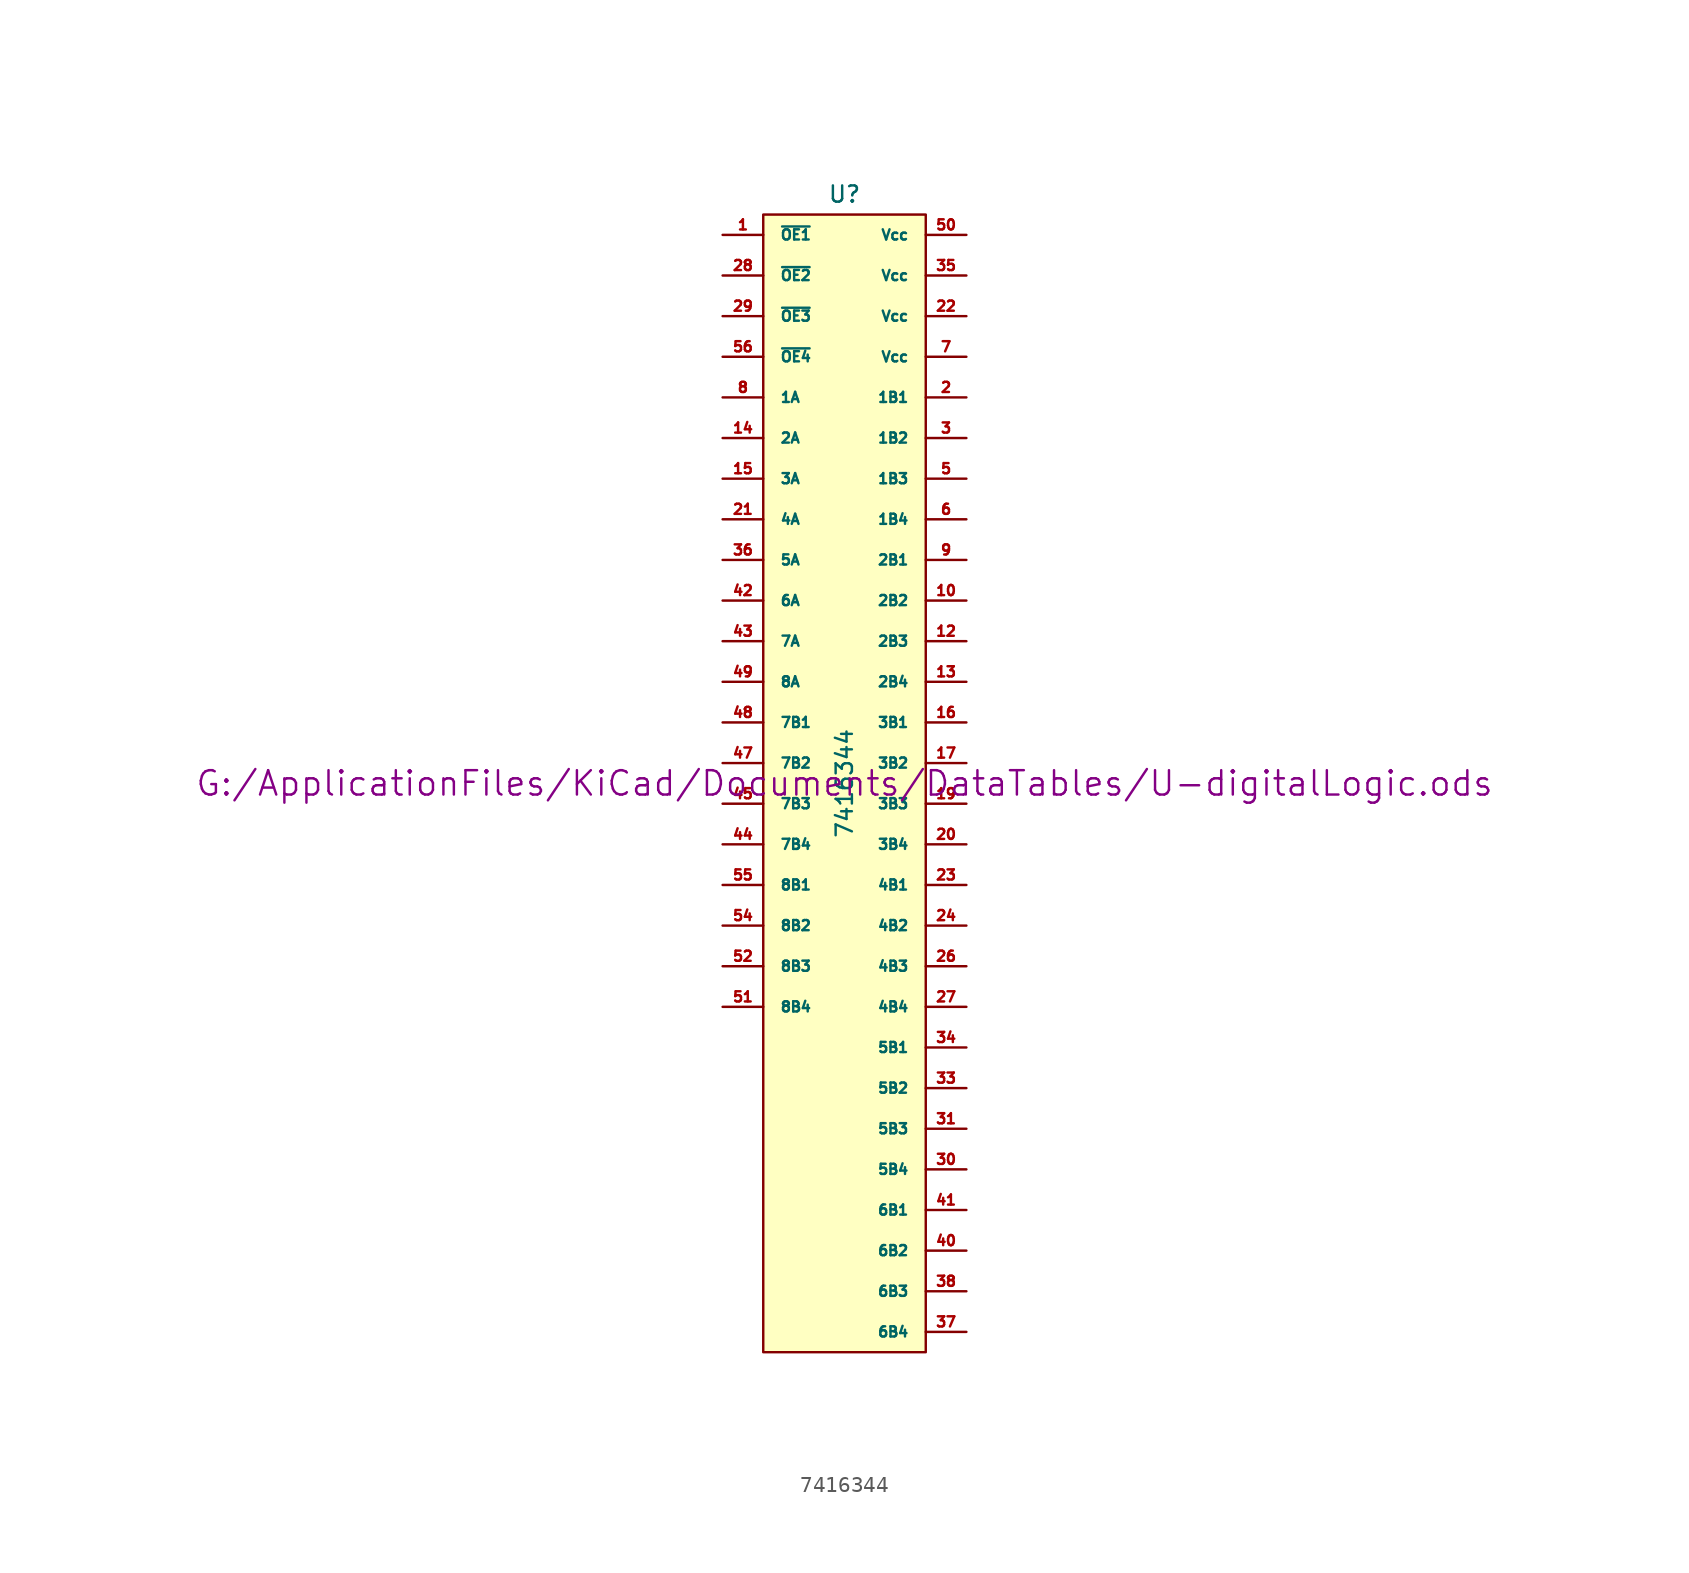
<source format=kicad_sym>
(kicad_symbol_lib
  (version 20211014)
  (generator kicad_symbol_editor)
  (symbol "7416344"
    (pin_names
      (offset 1.016))
    (property "Reference" "U"
      (at 0 36.83 0)
      (effects (font (size 1.016 1.016))))
    (property "Value" "7416344"
      (at 0 0 90)
      (effects (font (size 1.016 1.016))))
    (property "Footprint" ""
      (at 0 0 0)
      (effects (font (size 1.524 1.524))))
    (property "Datasheet" "G:/ApplicationFiles/KiCad/Documents/DataTables/U-digitalLogic.ods"
      (at 0 0 0)
      (effects (font (size 1.524 1.524))))
    (symbol "7416344_0_1"
      (rectangle (start -5.08 35.56) (end 5.08 -35.56) (stroke (width 0) (type default) (color 0 0 0 0)) (fill (type background))))
    (symbol "7416344_1_0"
      (pin power_in line (at -5.08 -19.05 0) (length 0) hide (name "DGND" (effects (font (size 0.762 0.762)))) (number "11" (effects (font (size 0.762 0.762)))))
      (pin power_in line (at -5.08 -21.59 0) (length 0) hide (name "DGND" (effects (font (size 0.762 0.762)))) (number "18" (effects (font (size 0.762 0.762)))))
      (pin power_in line (at -5.08 -24.13 0) (length 0) hide (name "DGND" (effects (font (size 0.762 0.762)))) (number "25" (effects (font (size 0.762 0.762)))))
      (pin power_in line (at -5.08 -26.67 0) (length 0) hide (name "DGND" (effects (font (size 0.762 0.762)))) (number "32" (effects (font (size 0.762 0.762)))))
      (pin power_in line (at -5.08 -29.21 0) (length 0) hide (name "DGND" (effects (font (size 0.762 0.762)))) (number "39" (effects (font (size 0.762 0.762)))))
      (pin power_in line (at -5.08 -16.51 0) (length 0) hide (name "DGND" (effects (font (size 0.762 0.762)))) (number "4" (effects (font (size 0.762 0.762)))))
      (pin power_in line (at -5.08 -31.75 0) (length 0) hide (name "DGND" (effects (font (size 0.762 0.762)))) (number "46" (effects (font (size 0.762 0.762)))))
      (pin power_in line (at -5.08 -34.29 0) (length 0) hide (name "DGND" (effects (font (size 0.762 0.762)))) (number "53" (effects (font (size 0.762 0.762))))))
    (symbol "7416344_1_1"
      (pin input line (at -7.62 34.29 0) (length 2.54) (name "~{OE1}" (effects (font (size 0.635 0.635)))) (number "1" (effects (font (size 0.635 0.635)))))
      (pin tri_state line (at 7.62 11.43 180) (length 2.54) (name "2B2" (effects (font (size 0.635 0.635)))) (number "10" (effects (font (size 0.635 0.635)))))
      (pin tri_state line (at 7.62 8.89 180) (length 2.54) (name "2B3" (effects (font (size 0.635 0.635)))) (number "12" (effects (font (size 0.635 0.635)))))
      (pin tri_state line (at 7.62 6.35 180) (length 2.54) (name "2B4" (effects (font (size 0.635 0.635)))) (number "13" (effects (font (size 0.635 0.635)))))
      (pin input line (at -7.62 21.59 0) (length 2.54) (name "2A" (effects (font (size 0.635 0.635)))) (number "14" (effects (font (size 0.635 0.635)))))
      (pin input line (at -7.62 19.05 0) (length 2.54) (name "3A" (effects (font (size 0.635 0.635)))) (number "15" (effects (font (size 0.635 0.635)))))
      (pin tri_state line (at 7.62 3.81 180) (length 2.54) (name "3B1" (effects (font (size 0.635 0.635)))) (number "16" (effects (font (size 0.635 0.635)))))
      (pin tri_state line (at 7.62 1.27 180) (length 2.54) (name "3B2" (effects (font (size 0.635 0.635)))) (number "17" (effects (font (size 0.635 0.635)))))
      (pin tri_state line (at 7.62 -1.27 180) (length 2.54) (name "3B3" (effects (font (size 0.635 0.635)))) (number "19" (effects (font (size 0.635 0.635)))))
      (pin tri_state line (at 7.62 24.13 180) (length 2.54) (name "1B1" (effects (font (size 0.635 0.635)))) (number "2" (effects (font (size 0.635 0.635)))))
      (pin tri_state line (at 7.62 -3.81 180) (length 2.54) (name "3B4" (effects (font (size 0.635 0.635)))) (number "20" (effects (font (size 0.635 0.635)))))
      (pin input line (at -7.62 16.51 0) (length 2.54) (name "4A" (effects (font (size 0.635 0.635)))) (number "21" (effects (font (size 0.635 0.635)))))
      (pin power_in line (at 7.62 29.21 180) (length 2.54) (name "Vcc" (effects (font (size 0.635 0.635)))) (number "22" (effects (font (size 0.635 0.635)))))
      (pin tri_state line (at 7.62 -6.35 180) (length 2.54) (name "4B1" (effects (font (size 0.635 0.635)))) (number "23" (effects (font (size 0.635 0.635)))))
      (pin tri_state line (at 7.62 -8.89 180) (length 2.54) (name "4B2" (effects (font (size 0.635 0.635)))) (number "24" (effects (font (size 0.635 0.635)))))
      (pin tri_state line (at 7.62 -11.43 180) (length 2.54) (name "4B3" (effects (font (size 0.635 0.635)))) (number "26" (effects (font (size 0.635 0.635)))))
      (pin tri_state line (at 7.62 -13.97 180) (length 2.54) (name "4B4" (effects (font (size 0.635 0.635)))) (number "27" (effects (font (size 0.635 0.635)))))
      (pin input line (at -7.62 31.75 0) (length 2.54) (name "~{OE2}" (effects (font (size 0.635 0.635)))) (number "28" (effects (font (size 0.635 0.635)))))
      (pin input line (at -7.62 29.21 0) (length 2.54) (name "~{OE3}" (effects (font (size 0.635 0.635)))) (number "29" (effects (font (size 0.635 0.635)))))
      (pin tri_state line (at 7.62 21.59 180) (length 2.54) (name "1B2" (effects (font (size 0.635 0.635)))) (number "3" (effects (font (size 0.635 0.635)))))
      (pin tri_state line (at 7.62 -24.13 180) (length 2.54) (name "5B4" (effects (font (size 0.635 0.635)))) (number "30" (effects (font (size 0.635 0.635)))))
      (pin tri_state line (at 7.62 -21.59 180) (length 2.54) (name "5B3" (effects (font (size 0.635 0.635)))) (number "31" (effects (font (size 0.635 0.635)))))
      (pin tri_state line (at 7.62 -19.05 180) (length 2.54) (name "5B2" (effects (font (size 0.635 0.635)))) (number "33" (effects (font (size 0.635 0.635)))))
      (pin tri_state line (at 7.62 -16.51 180) (length 2.54) (name "5B1" (effects (font (size 0.635 0.635)))) (number "34" (effects (font (size 0.635 0.635)))))
      (pin power_in line (at 7.62 31.75 180) (length 2.54) (name "Vcc" (effects (font (size 0.635 0.635)))) (number "35" (effects (font (size 0.635 0.635)))))
      (pin input line (at -7.62 13.97 0) (length 2.54) (name "5A" (effects (font (size 0.635 0.635)))) (number "36" (effects (font (size 0.635 0.635)))))
      (pin tri_state line (at 7.62 -34.29 180) (length 2.54) (name "6B4" (effects (font (size 0.635 0.635)))) (number "37" (effects (font (size 0.635 0.635)))))
      (pin tri_state line (at 7.62 -31.75 180) (length 2.54) (name "6B3" (effects (font (size 0.635 0.635)))) (number "38" (effects (font (size 0.635 0.635)))))
      (pin tri_state line (at 7.62 -29.21 180) (length 2.54) (name "6B2" (effects (font (size 0.635 0.635)))) (number "40" (effects (font (size 0.635 0.635)))))
      (pin tri_state line (at 7.62 -26.67 180) (length 2.54) (name "6B1" (effects (font (size 0.635 0.635)))) (number "41" (effects (font (size 0.635 0.635)))))
      (pin input line (at -7.62 11.43 0) (length 2.54) (name "6A" (effects (font (size 0.635 0.635)))) (number "42" (effects (font (size 0.635 0.635)))))
      (pin input line (at -7.62 8.89 0) (length 2.54) (name "7A" (effects (font (size 0.635 0.635)))) (number "43" (effects (font (size 0.635 0.635)))))
      (pin tri_state line (at -7.62 -3.81 0) (length 2.54) (name "7B4" (effects (font (size 0.635 0.635)))) (number "44" (effects (font (size 0.635 0.635)))))
      (pin tri_state line (at -7.62 -1.27 0) (length 2.54) (name "7B3" (effects (font (size 0.635 0.635)))) (number "45" (effects (font (size 0.635 0.635)))))
      (pin tri_state line (at -7.62 1.27 0) (length 2.54) (name "7B2" (effects (font (size 0.635 0.635)))) (number "47" (effects (font (size 0.635 0.635)))))
      (pin tri_state line (at -7.62 3.81 0) (length 2.54) (name "7B1" (effects (font (size 0.635 0.635)))) (number "48" (effects (font (size 0.635 0.635)))))
      (pin input line (at -7.62 6.35 0) (length 2.54) (name "8A" (effects (font (size 0.635 0.635)))) (number "49" (effects (font (size 0.635 0.635)))))
      (pin tri_state line (at 7.62 19.05 180) (length 2.54) (name "1B3" (effects (font (size 0.635 0.635)))) (number "5" (effects (font (size 0.635 0.635)))))
      (pin power_in line (at 7.62 34.29 180) (length 2.54) (name "Vcc" (effects (font (size 0.635 0.635)))) (number "50" (effects (font (size 0.635 0.635)))))
      (pin tri_state line (at -7.62 -13.97 0) (length 2.54) (name "8B4" (effects (font (size 0.635 0.635)))) (number "51" (effects (font (size 0.635 0.635)))))
      (pin tri_state line (at -7.62 -11.43 0) (length 2.54) (name "8B3" (effects (font (size 0.635 0.635)))) (number "52" (effects (font (size 0.635 0.635)))))
      (pin tri_state line (at -7.62 -8.89 0) (length 2.54) (name "8B2" (effects (font (size 0.635 0.635)))) (number "54" (effects (font (size 0.635 0.635)))))
      (pin tri_state line (at -7.62 -6.35 0) (length 2.54) (name "8B1" (effects (font (size 0.635 0.635)))) (number "55" (effects (font (size 0.635 0.635)))))
      (pin input line (at -7.62 26.67 0) (length 2.54) (name "~{OE4}" (effects (font (size 0.635 0.635)))) (number "56" (effects (font (size 0.635 0.635)))))
      (pin tri_state line (at 7.62 16.51 180) (length 2.54) (name "1B4" (effects (font (size 0.635 0.635)))) (number "6" (effects (font (size 0.635 0.635)))))
      (pin power_in line (at 7.62 26.67 180) (length 2.54) (name "Vcc" (effects (font (size 0.635 0.635)))) (number "7" (effects (font (size 0.635 0.635)))))
      (pin input line (at -7.62 24.13 0) (length 2.54) (name "1A" (effects (font (size 0.635 0.635)))) (number "8" (effects (font (size 0.635 0.635)))))
      (pin tri_state line (at 7.62 13.97 180) (length 2.54) (name "2B1" (effects (font (size 0.635 0.635)))) (number "9" (effects (font (size 0.635 0.635))))))))
</source>
